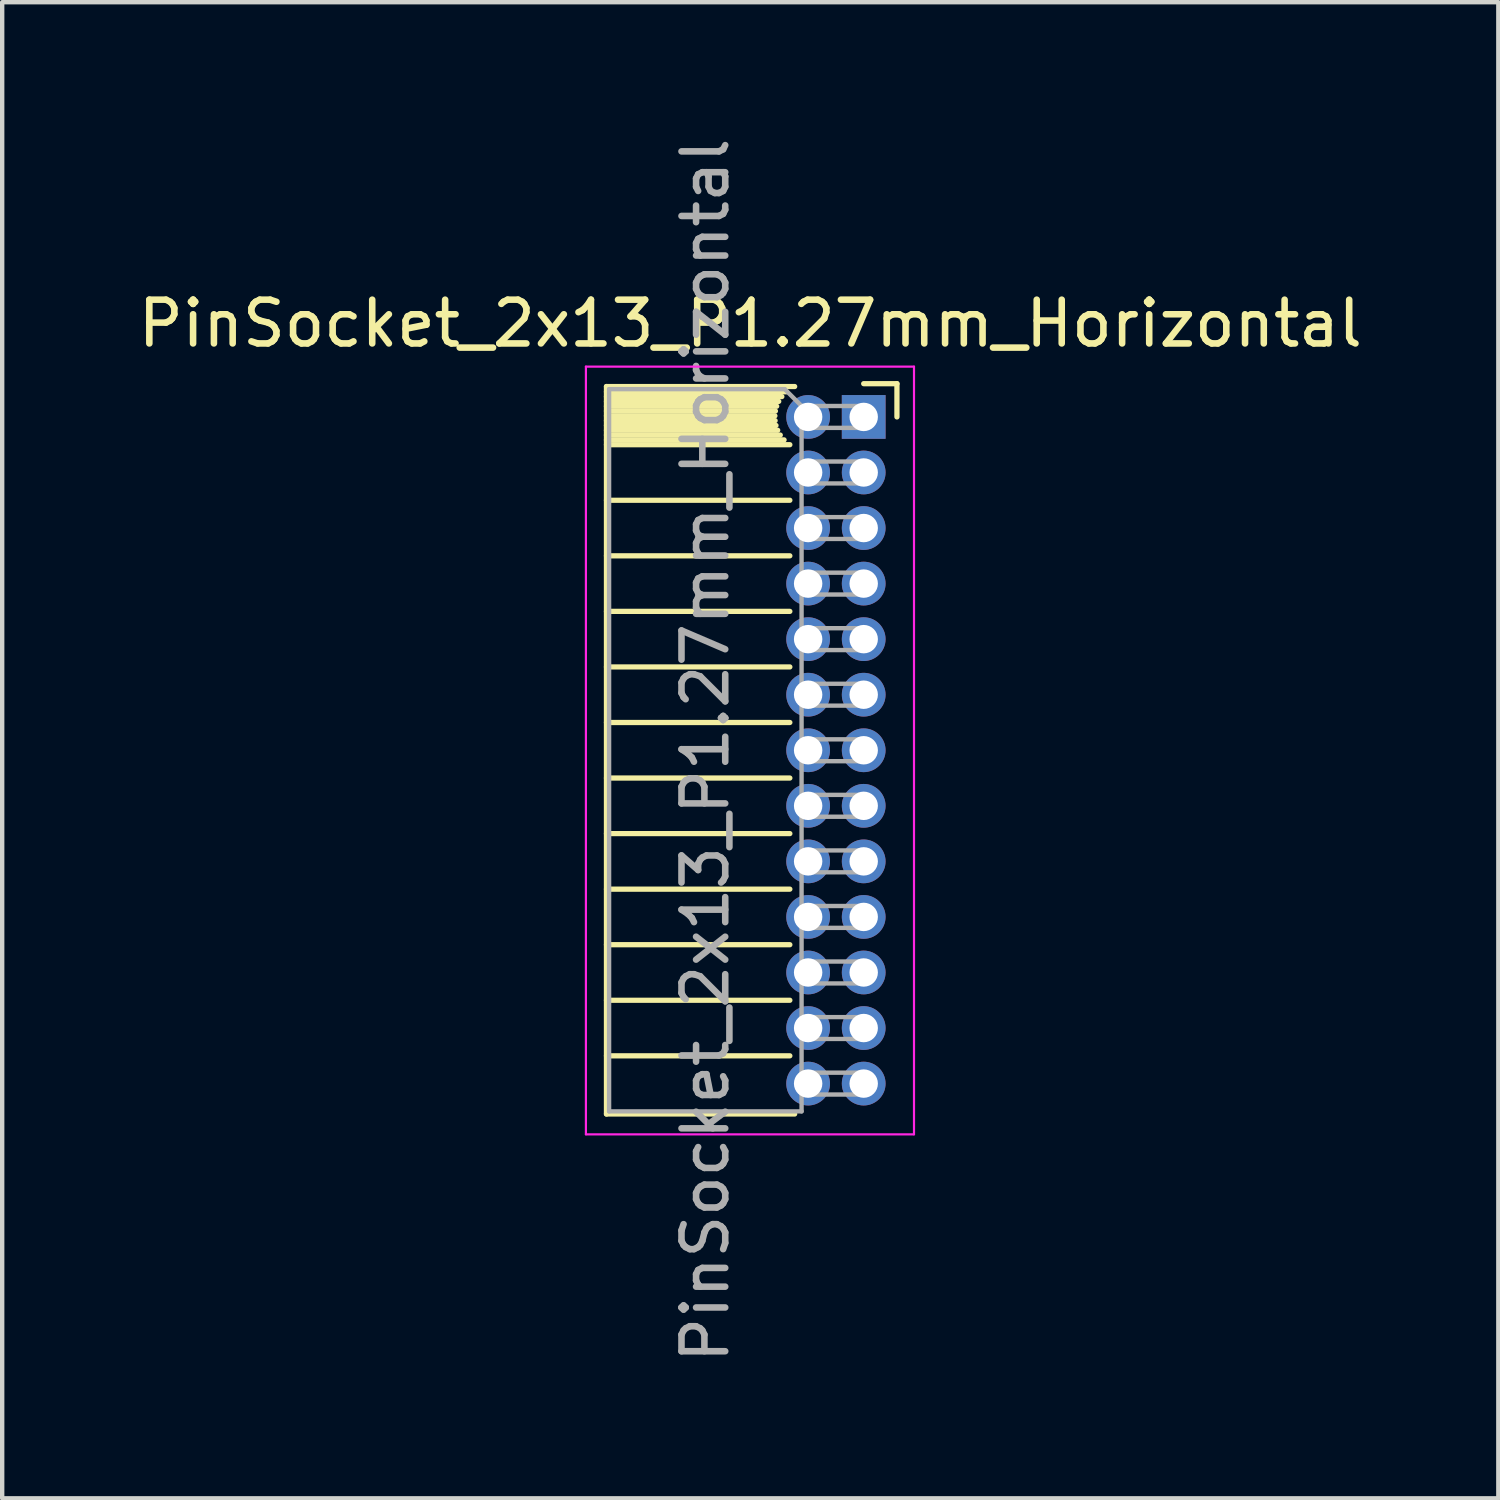
<source format=kicad_pcb>
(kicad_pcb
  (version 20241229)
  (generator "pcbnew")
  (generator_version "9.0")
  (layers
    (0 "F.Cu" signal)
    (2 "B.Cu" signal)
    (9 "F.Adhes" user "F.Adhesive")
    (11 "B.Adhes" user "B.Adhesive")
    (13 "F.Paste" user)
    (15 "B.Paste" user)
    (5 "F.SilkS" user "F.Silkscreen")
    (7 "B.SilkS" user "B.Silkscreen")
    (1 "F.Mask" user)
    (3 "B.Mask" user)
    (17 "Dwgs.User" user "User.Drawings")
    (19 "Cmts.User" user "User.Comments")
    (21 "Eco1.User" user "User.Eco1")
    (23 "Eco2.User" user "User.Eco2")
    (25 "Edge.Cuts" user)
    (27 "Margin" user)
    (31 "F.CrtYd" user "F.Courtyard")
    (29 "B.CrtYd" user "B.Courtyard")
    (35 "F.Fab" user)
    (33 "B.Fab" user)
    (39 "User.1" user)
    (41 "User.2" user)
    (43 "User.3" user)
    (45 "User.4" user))
  (footprint "PinSocket_2x13_P1.27mm_Horizontal"
    (layer "F.Cu")
    (at 16.694 6.481)
    (property "Reference" "PinSocket_2x13_P1.27mm_Horizontal" (at -2.592 -2.135 0) (layer "F.SilkS") (effects (font (size 1 1) (thickness 0.15))))
    (attr through_hole)
    (fp_line (start -5.88 -0.695) (end -5.88 15.935) (stroke (width 0.12) (type solid)) (layer "F.SilkS"))
    (fp_line (start -5.88 -0.695) (end -1.578 -0.695) (stroke (width 0.12) (type solid)) (layer "F.SilkS"))
    (fp_line (start -5.88 -0.575) (end -1.767 -0.575) (stroke (width 0.12) (type solid)) (layer "F.SilkS"))
    (fp_line (start -5.88 -0.465) (end -1.871 -0.465) (stroke (width 0.12) (type solid)) (layer "F.SilkS"))
    (fp_line (start -5.88 -0.355) (end -1.942 -0.355) (stroke (width 0.12) (type solid)) (layer "F.SilkS"))
    (fp_line (start -5.88 -0.245) (end -1.989 -0.245) (stroke (width 0.12) (type solid)) (layer "F.SilkS"))
    (fp_line (start -5.88 -0.135) (end -2.018 -0.135) (stroke (width 0.12) (type solid)) (layer "F.SilkS"))
    (fp_line (start -5.88 -0.025) (end -2.03 -0.025) (stroke (width 0.12) (type solid)) (layer "F.SilkS"))
    (fp_line (start -5.88 0.085) (end -2.025 0.085) (stroke (width 0.12) (type solid)) (layer "F.SilkS"))
    (fp_line (start -5.88 0.195) (end -2.005 0.195) (stroke (width 0.12) (type solid)) (layer "F.SilkS"))
    (fp_line (start -5.88 0.305) (end -1.966 0.305) (stroke (width 0.12) (type solid)) (layer "F.SilkS"))
    (fp_line (start -5.88 0.415) (end -1.907 0.415) (stroke (width 0.12) (type solid)) (layer "F.SilkS"))
    (fp_line (start -5.88 0.525) (end -1.82 0.525) (stroke (width 0.12) (type solid)) (layer "F.SilkS"))
    (fp_line (start -5.88 0.635) (end -1.688 0.635) (stroke (width 0.12) (type solid)) (layer "F.SilkS"))
    (fp_line (start -5.88 1.905) (end -1.688 1.905) (stroke (width 0.12) (type solid)) (layer "F.SilkS"))
    (fp_line (start -5.88 3.175) (end -1.688 3.175) (stroke (width 0.12) (type solid)) (layer "F.SilkS"))
    (fp_line (start -5.88 4.445) (end -1.688 4.445) (stroke (width 0.12) (type solid)) (layer "F.SilkS"))
    (fp_line (start -5.88 5.715) (end -1.688 5.715) (stroke (width 0.12) (type solid)) (layer "F.SilkS"))
    (fp_line (start -5.88 6.985) (end -1.688 6.985) (stroke (width 0.12) (type solid)) (layer "F.SilkS"))
    (fp_line (start -5.88 8.255) (end -1.688 8.255) (stroke (width 0.12) (type solid)) (layer "F.SilkS"))
    (fp_line (start -5.88 9.525) (end -1.688 9.525) (stroke (width 0.12) (type solid)) (layer "F.SilkS"))
    (fp_line (start -5.88 10.795) (end -1.688 10.795) (stroke (width 0.12) (type solid)) (layer "F.SilkS"))
    (fp_line (start -5.88 12.065) (end -1.688 12.065) (stroke (width 0.12) (type solid)) (layer "F.SilkS"))
    (fp_line (start -5.88 13.335) (end -1.688 13.335) (stroke (width 0.12) (type solid)) (layer "F.SilkS"))
    (fp_line (start -5.88 14.605) (end -1.688 14.605) (stroke (width 0.12) (type solid)) (layer "F.SilkS"))
    (fp_line (start -5.88 15.935) (end -1.578 15.935) (stroke (width 0.12) (type solid)) (layer "F.SilkS"))
    (fp_line (start 0 -0.76) (end 0.76 -0.76) (stroke (width 0.12) (type solid)) (layer "F.SilkS"))
    (fp_line (start 0.76 -0.76) (end 0.76 0) (stroke (width 0.12) (type solid)) (layer "F.SilkS"))
    (fp_line (start -6.35 -1.15) (end -6.35 16.4) (stroke (width 0.05) (type solid)) (layer "F.CrtYd"))
    (fp_line (start -6.35 16.4) (end 1.15 16.4) (stroke (width 0.05) (type solid)) (layer "F.CrtYd"))
    (fp_line (start 1.15 -1.15) (end -6.35 -1.15) (stroke (width 0.05) (type solid)) (layer "F.CrtYd"))
    (fp_line (start 1.15 16.4) (end 1.15 -1.15) (stroke (width 0.05) (type solid)) (layer "F.CrtYd"))
    (fp_line (start -5.82 -0.635) (end -1.805 -0.635) (stroke (width 0.1) (type solid)) (layer "F.Fab"))
    (fp_line (start -5.82 15.875) (end -5.82 -0.635) (stroke (width 0.1) (type solid)) (layer "F.Fab"))
    (fp_line (start -1.805 -0.635) (end -1.42 -0.25) (stroke (width 0.1) (type solid)) (layer "F.Fab"))
    (fp_line (start -1.42 -0.25) (end -1.42 15.875) (stroke (width 0.1) (type solid)) (layer "F.Fab"))
    (fp_line (start -1.42 0.25) (end 0 0.25) (stroke (width 0.1) (type solid)) (layer "F.Fab"))
    (fp_line (start -1.42 1.52) (end 0 1.52) (stroke (width 0.1) (type solid)) (layer "F.Fab"))
    (fp_line (start -1.42 2.79) (end 0 2.79) (stroke (width 0.1) (type solid)) (layer "F.Fab"))
    (fp_line (start -1.42 4.06) (end 0 4.06) (stroke (width 0.1) (type solid)) (layer "F.Fab"))
    (fp_line (start -1.42 5.33) (end 0 5.33) (stroke (width 0.1) (type solid)) (layer "F.Fab"))
    (fp_line (start -1.42 6.6) (end 0 6.6) (stroke (width 0.1) (type solid)) (layer "F.Fab"))
    (fp_line (start -1.42 7.87) (end 0 7.87) (stroke (width 0.1) (type solid)) (layer "F.Fab"))
    (fp_line (start -1.42 9.14) (end 0 9.14) (stroke (width 0.1) (type solid)) (layer "F.Fab"))
    (fp_line (start -1.42 10.41) (end 0 10.41) (stroke (width 0.1) (type solid)) (layer "F.Fab"))
    (fp_line (start -1.42 11.68) (end 0 11.68) (stroke (width 0.1) (type solid)) (layer "F.Fab"))
    (fp_line (start -1.42 12.95) (end 0 12.95) (stroke (width 0.1) (type solid)) (layer "F.Fab"))
    (fp_line (start -1.42 14.22) (end 0 14.22) (stroke (width 0.1) (type solid)) (layer "F.Fab"))
    (fp_line (start -1.42 15.49) (end 0 15.49) (stroke (width 0.1) (type solid)) (layer "F.Fab"))
    (fp_line (start -1.42 15.875) (end -5.82 15.875) (stroke (width 0.1) (type solid)) (layer "F.Fab"))
    (fp_line (start 0 -0.25) (end -1.42 -0.25) (stroke (width 0.1) (type solid)) (layer "F.Fab"))
    (fp_line (start 0 0.25) (end 0 -0.25) (stroke (width 0.1) (type solid)) (layer "F.Fab"))
    (fp_line (start 0 1.02) (end -1.42 1.02) (stroke (width 0.1) (type solid)) (layer "F.Fab"))
    (fp_line (start 0 1.52) (end 0 1.02) (stroke (width 0.1) (type solid)) (layer "F.Fab"))
    (fp_line (start 0 2.29) (end -1.42 2.29) (stroke (width 0.1) (type solid)) (layer "F.Fab"))
    (fp_line (start 0 2.79) (end 0 2.29) (stroke (width 0.1) (type solid)) (layer "F.Fab"))
    (fp_line (start 0 3.56) (end -1.42 3.56) (stroke (width 0.1) (type solid)) (layer "F.Fab"))
    (fp_line (start 0 4.06) (end 0 3.56) (stroke (width 0.1) (type solid)) (layer "F.Fab"))
    (fp_line (start 0 4.83) (end -1.42 4.83) (stroke (width 0.1) (type solid)) (layer "F.Fab"))
    (fp_line (start 0 5.33) (end 0 4.83) (stroke (width 0.1) (type solid)) (layer "F.Fab"))
    (fp_line (start 0 6.1) (end -1.42 6.1) (stroke (width 0.1) (type solid)) (layer "F.Fab"))
    (fp_line (start 0 6.6) (end 0 6.1) (stroke (width 0.1) (type solid)) (layer "F.Fab"))
    (fp_line (start 0 7.37) (end -1.42 7.37) (stroke (width 0.1) (type solid)) (layer "F.Fab"))
    (fp_line (start 0 7.87) (end 0 7.37) (stroke (width 0.1) (type solid)) (layer "F.Fab"))
    (fp_line (start 0 8.64) (end -1.42 8.64) (stroke (width 0.1) (type solid)) (layer "F.Fab"))
    (fp_line (start 0 9.14) (end 0 8.64) (stroke (width 0.1) (type solid)) (layer "F.Fab"))
    (fp_line (start 0 9.91) (end -1.42 9.91) (stroke (width 0.1) (type solid)) (layer "F.Fab"))
    (fp_line (start 0 10.41) (end 0 9.91) (stroke (width 0.1) (type solid)) (layer "F.Fab"))
    (fp_line (start 0 11.18) (end -1.42 11.18) (stroke (width 0.1) (type solid)) (layer "F.Fab"))
    (fp_line (start 0 11.68) (end 0 11.18) (stroke (width 0.1) (type solid)) (layer "F.Fab"))
    (fp_line (start 0 12.45) (end -1.42 12.45) (stroke (width 0.1) (type solid)) (layer "F.Fab"))
    (fp_line (start 0 12.95) (end 0 12.45) (stroke (width 0.1) (type solid)) (layer "F.Fab"))
    (fp_line (start 0 13.72) (end -1.42 13.72) (stroke (width 0.1) (type solid)) (layer "F.Fab"))
    (fp_line (start 0 14.22) (end 0 13.72) (stroke (width 0.1) (type solid)) (layer "F.Fab"))
    (fp_line (start 0 14.99) (end -1.42 14.99) (stroke (width 0.1) (type solid)) (layer "F.Fab"))
    (fp_line (start 0 15.49) (end 0 14.99) (stroke (width 0.1) (type solid)) (layer "F.Fab"))
    (fp_text user "${REFERENCE}" (at -3.62 7.62 90) (layer "F.Fab") (effects (font (size 1 1) (thickness 0.15))))
    (pad "1" thru_hole rect (at 0 0) (size 1 1) (drill 0.65) (layers "*.Cu" "*.Mask"))
    (pad "2" thru_hole oval (at -1.27 0) (size 1 1) (drill 0.65) (layers "*.Cu" "*.Mask"))
    (pad "3" thru_hole oval (at 0 1.27) (size 1 1) (drill 0.65) (layers "*.Cu" "*.Mask"))
    (pad "4" thru_hole oval (at -1.27 1.27) (size 1 1) (drill 0.65) (layers "*.Cu" "*.Mask"))
    (pad "5" thru_hole oval (at 0 2.54) (size 1 1) (drill 0.65) (layers "*.Cu" "*.Mask"))
    (pad "6" thru_hole oval (at -1.27 2.54) (size 1 1) (drill 0.65) (layers "*.Cu" "*.Mask"))
    (pad "7" thru_hole oval (at 0 3.81) (size 1 1) (drill 0.65) (layers "*.Cu" "*.Mask"))
    (pad "8" thru_hole oval (at -1.27 3.81) (size 1 1) (drill 0.65) (layers "*.Cu" "*.Mask"))
    (pad "9" thru_hole oval (at 0 5.08) (size 1 1) (drill 0.65) (layers "*.Cu" "*.Mask"))
    (pad "10" thru_hole oval (at -1.27 5.08) (size 1 1) (drill 0.65) (layers "*.Cu" "*.Mask"))
    (pad "11" thru_hole oval (at 0 6.35) (size 1 1) (drill 0.65) (layers "*.Cu" "*.Mask"))
    (pad "12" thru_hole oval (at -1.27 6.35) (size 1 1) (drill 0.65) (layers "*.Cu" "*.Mask"))
    (pad "13" thru_hole oval (at 0 7.62) (size 1 1) (drill 0.65) (layers "*.Cu" "*.Mask"))
    (pad "14" thru_hole oval (at -1.27 7.62) (size 1 1) (drill 0.65) (layers "*.Cu" "*.Mask"))
    (pad "15" thru_hole oval (at 0 8.89) (size 1 1) (drill 0.65) (layers "*.Cu" "*.Mask"))
    (pad "16" thru_hole oval (at -1.27 8.89) (size 1 1) (drill 0.65) (layers "*.Cu" "*.Mask"))
    (pad "17" thru_hole oval (at 0 10.16) (size 1 1) (drill 0.65) (layers "*.Cu" "*.Mask"))
    (pad "18" thru_hole oval (at -1.27 10.16) (size 1 1) (drill 0.65) (layers "*.Cu" "*.Mask"))
    (pad "19" thru_hole oval (at 0 11.43) (size 1 1) (drill 0.65) (layers "*.Cu" "*.Mask"))
    (pad "20" thru_hole oval (at -1.27 11.43) (size 1 1) (drill 0.65) (layers "*.Cu" "*.Mask"))
    (pad "21" thru_hole oval (at 0 12.7) (size 1 1) (drill 0.65) (layers "*.Cu" "*.Mask"))
    (pad "22" thru_hole oval (at -1.27 12.7) (size 1 1) (drill 0.65) (layers "*.Cu" "*.Mask"))
    (pad "23" thru_hole oval (at 0 13.97) (size 1 1) (drill 0.65) (layers "*.Cu" "*.Mask"))
    (pad "24" thru_hole oval (at -1.27 13.97) (size 1 1) (drill 0.65) (layers "*.Cu" "*.Mask"))
    (pad "25" thru_hole oval (at 0 15.24) (size 1 1) (drill 0.65) (layers "*.Cu" "*.Mask"))
    (pad "26" thru_hole oval (at -1.27 15.24) (size 1 1) (drill 0.65) (layers "*.Cu" "*.Mask")))
  (gr_rect
    (start -3 -3)
    (end 31.202 31.202)
    (stroke (width 0.1) (type default))
    (fill no)
    (layer "Edge.Cuts")))
</source>
